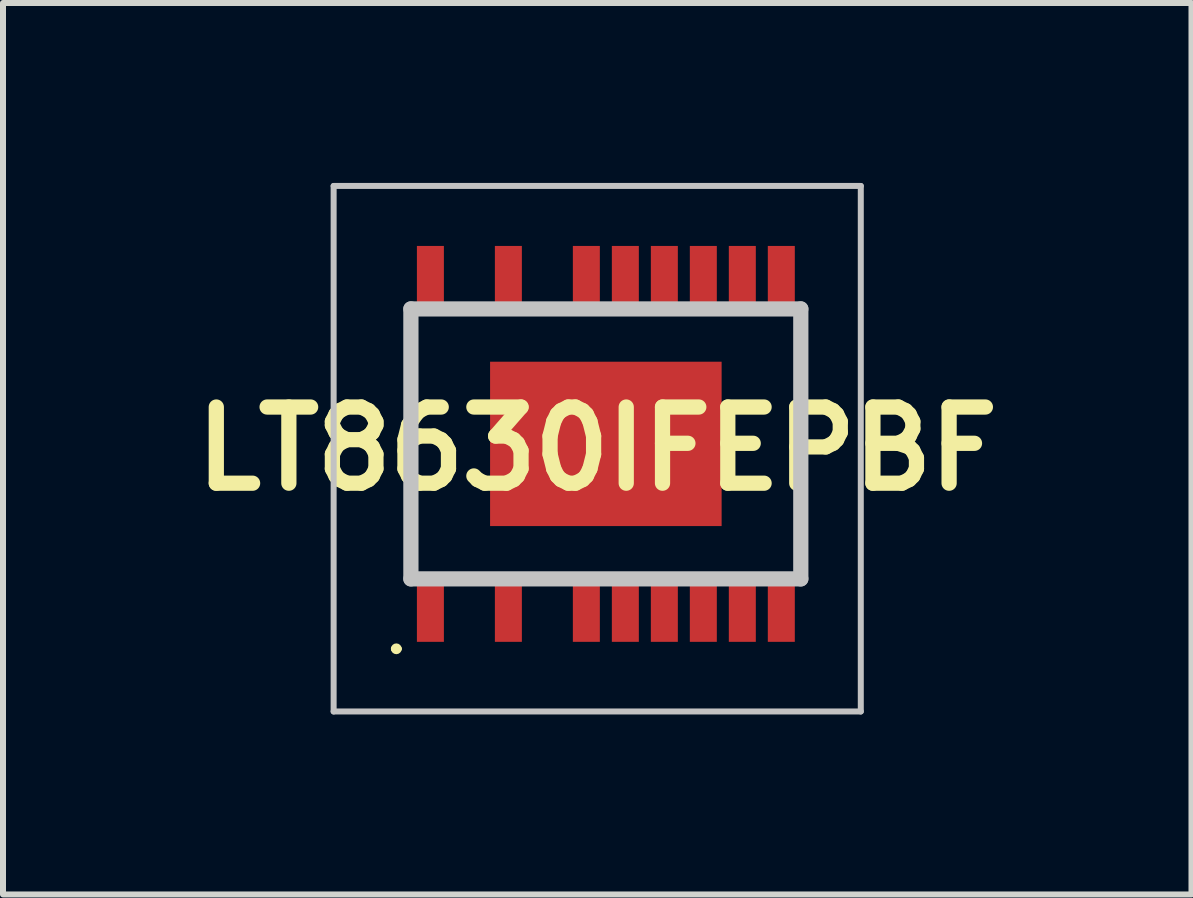
<source format=kicad_pcb>
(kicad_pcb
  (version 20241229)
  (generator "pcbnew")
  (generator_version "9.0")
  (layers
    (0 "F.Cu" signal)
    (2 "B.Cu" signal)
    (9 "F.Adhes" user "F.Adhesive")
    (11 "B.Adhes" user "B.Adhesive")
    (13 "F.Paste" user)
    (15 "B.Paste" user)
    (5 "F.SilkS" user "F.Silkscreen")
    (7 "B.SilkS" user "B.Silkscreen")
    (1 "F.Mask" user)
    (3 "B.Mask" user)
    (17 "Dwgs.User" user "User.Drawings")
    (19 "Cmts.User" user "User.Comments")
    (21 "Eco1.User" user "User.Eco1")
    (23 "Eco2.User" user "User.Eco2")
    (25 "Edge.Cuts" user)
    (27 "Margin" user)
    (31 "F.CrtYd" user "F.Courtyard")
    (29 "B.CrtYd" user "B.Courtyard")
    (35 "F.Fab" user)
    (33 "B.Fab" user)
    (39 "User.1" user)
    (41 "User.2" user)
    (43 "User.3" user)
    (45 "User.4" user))
  (footprint "LT8630IFEPBF"
    (layer "F.Cu")
    (at 7.05 4.35)
    (property "Reference" "LT8630IFEPBF" (at -0.144 0.081 0) (layer "F.SilkS") (effects (font (size 1.27 1.27) (thickness 0.254))))
    (attr smd)
    (fp_line (start -3.538 3.416) (end -3.538 3.416) (stroke (width 0.09) (type solid)) (layer "F.SilkS"))
    (fp_line (start -3.448 3.416) (end -3.448 3.416) (stroke (width 0.09) (type solid)) (layer "F.SilkS"))
    (fp_line (start -3.25 -2) (end -3.25 2) (stroke (width 0.1) (type solid)) (layer "F.SilkS"))
    (fp_line (start 3.25 -2) (end 3.25 2) (stroke (width 0.1) (type solid)) (layer "F.SilkS"))
    (fp_arc (start -3.538 3.416) (mid -3.493 3.371) (end -3.448 3.416) (stroke (width 0.0902) (type solid)) (layer "F.SilkS"))
    (fp_arc (start -3.448 3.416) (mid -3.493 3.461) (end -3.538 3.416) (stroke (width 0.0902) (type solid)) (layer "F.SilkS"))
    (fp_line (start -4.538 -4.3) (end 4.25 -4.3) (stroke (width 0.1) (type solid)) (layer "Dwgs.User"))
    (fp_line (start -4.538 4.461) (end -4.538 -4.3) (stroke (width 0.1) (type solid)) (layer "Dwgs.User"))
    (fp_line (start -3.25 -2.25) (end 3.25 -2.25) (stroke (width 0.254) (type solid)) (layer "Dwgs.User"))
    (fp_line (start -3.25 2.25) (end -3.25 -2.25) (stroke (width 0.254) (type solid)) (layer "Dwgs.User"))
    (fp_line (start 3.25 -2.25) (end 3.25 2.25) (stroke (width 0.254) (type solid)) (layer "Dwgs.User"))
    (fp_line (start 3.25 2.25) (end -3.25 2.25) (stroke (width 0.254) (type solid)) (layer "Dwgs.User"))
    (fp_line (start 4.25 -4.3) (end 4.25 4.461) (stroke (width 0.1) (type solid)) (layer "Dwgs.User"))
    (fp_line (start 4.25 4.461) (end -4.538 4.461) (stroke (width 0.1) (type solid)) (layer "Dwgs.User"))
    (pad "1" smd rect (at -2.925 2.775) (size 0.45 1.05) (layers "F.Cu" "F.Mask" "F.Paste"))
    (pad "3" smd rect (at -1.625 2.775) (size 0.45 1.05) (layers "F.Cu" "F.Mask" "F.Paste"))
    (pad "5" smd rect (at -0.325 2.775) (size 0.45 1.05) (layers "F.Cu" "F.Mask" "F.Paste"))
    (pad "6" smd rect (at 0.325 2.775) (size 0.45 1.05) (layers "F.Cu" "F.Mask" "F.Paste"))
    (pad "7" smd rect (at 0.975 2.775) (size 0.45 1.05) (layers "F.Cu" "F.Mask" "F.Paste"))
    (pad "8" smd rect (at 1.625 2.775) (size 0.45 1.05) (layers "F.Cu" "F.Mask" "F.Paste"))
    (pad "9" smd rect (at 2.275 2.775) (size 0.45 1.05) (layers "F.Cu" "F.Mask" "F.Paste"))
    (pad "10" smd rect (at 2.925 2.775) (size 0.45 1.05) (layers "F.Cu" "F.Mask" "F.Paste"))
    (pad "11" smd rect (at 2.925 -2.775) (size 0.45 1.05) (layers "F.Cu" "F.Mask" "F.Paste"))
    (pad "12" smd rect (at 2.275 -2.775) (size 0.45 1.05) (layers "F.Cu" "F.Mask" "F.Paste"))
    (pad "13" smd rect (at 1.625 -2.775) (size 0.45 1.05) (layers "F.Cu" "F.Mask" "F.Paste"))
    (pad "14" smd rect (at 0.975 -2.775) (size 0.45 1.05) (layers "F.Cu" "F.Mask" "F.Paste"))
    (pad "15" smd rect (at 0.325 -2.775) (size 0.45 1.05) (layers "F.Cu" "F.Mask" "F.Paste"))
    (pad "16" smd rect (at -0.325 -2.775) (size 0.45 1.05) (layers "F.Cu" "F.Mask" "F.Paste"))
    (pad "18" smd rect (at -1.625 -2.775) (size 0.45 1.05) (layers "F.Cu" "F.Mask" "F.Paste"))
    (pad "20" smd rect (at -2.925 -2.775) (size 0.45 1.05) (layers "F.Cu" "F.Mask" "F.Paste"))
    (pad "21" smd rect (at 0 0 90) (size 2.74 3.86) (layers "F.Cu" "F.Mask" "F.Paste")))
  (gr_rect
    (start -3 -3)
    (end 16.813 11.861)
    (stroke (width 0.1) (type default))
    (fill no)
    (layer "Edge.Cuts")))
</source>
